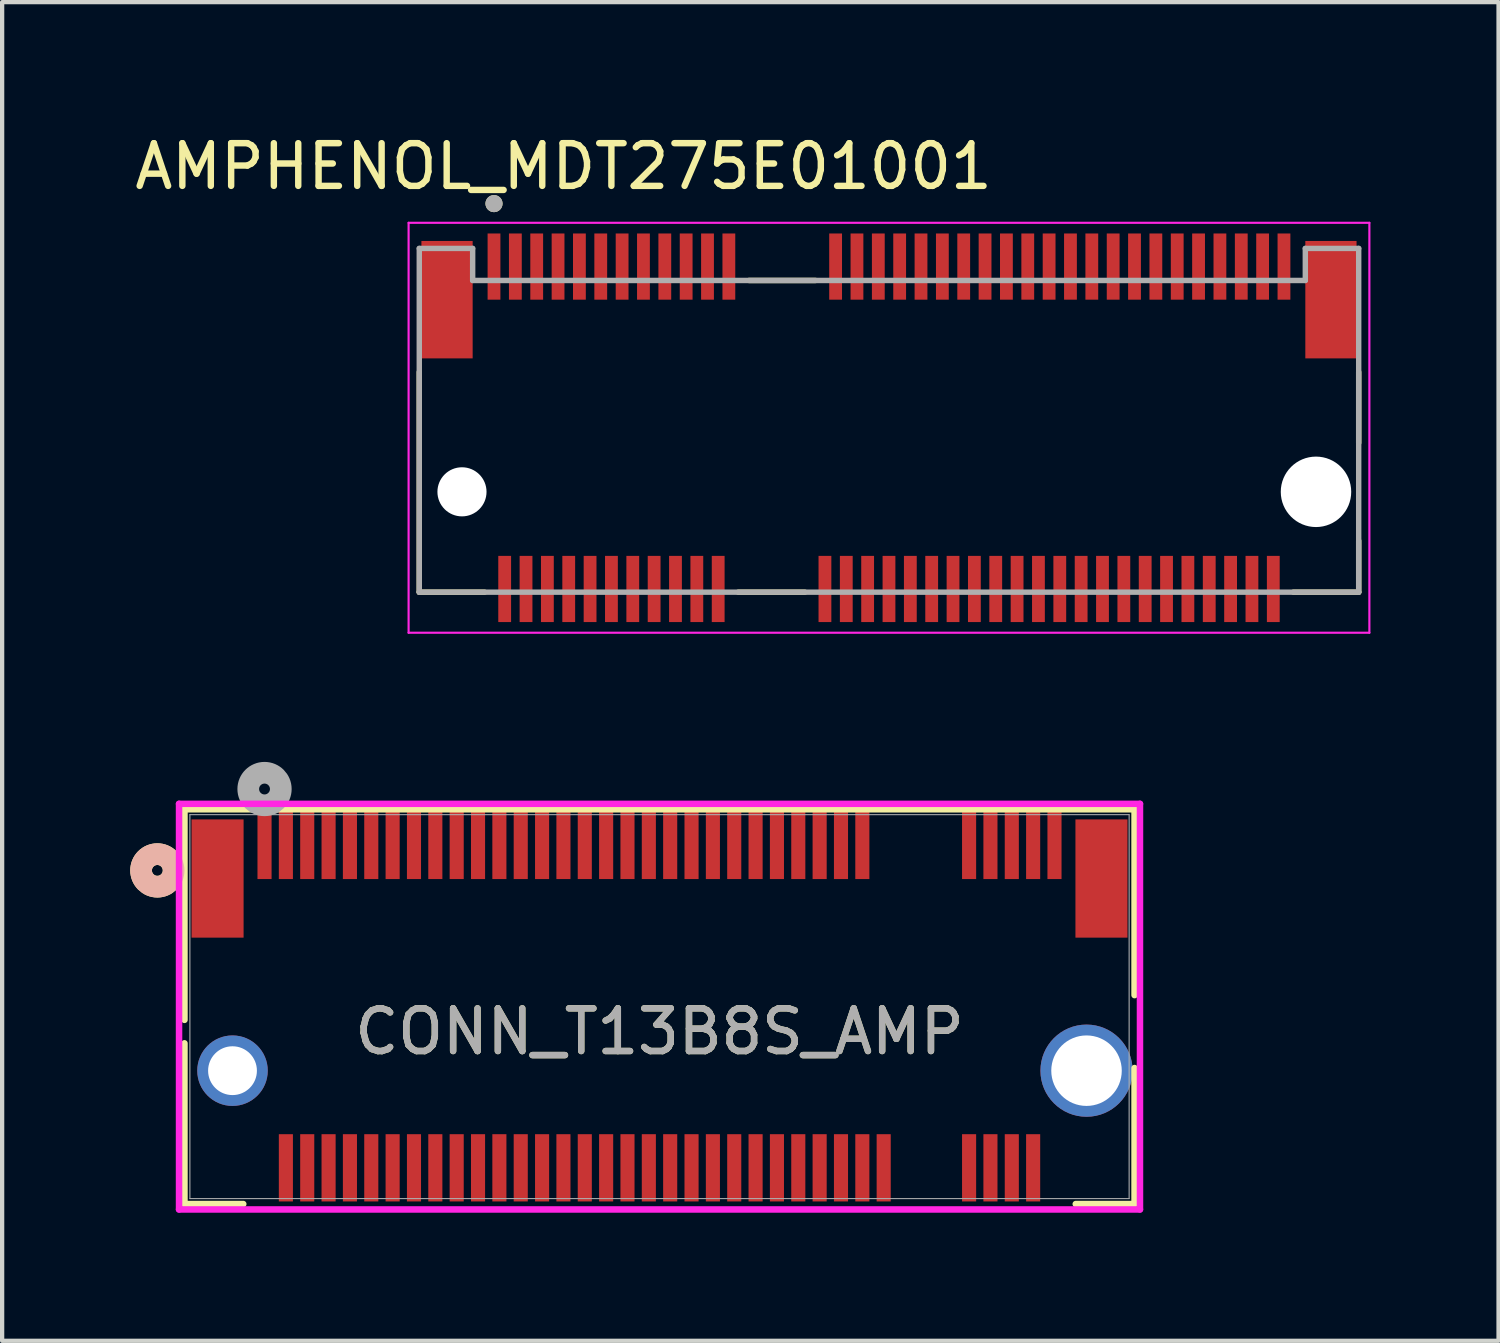
<source format=kicad_pcb>
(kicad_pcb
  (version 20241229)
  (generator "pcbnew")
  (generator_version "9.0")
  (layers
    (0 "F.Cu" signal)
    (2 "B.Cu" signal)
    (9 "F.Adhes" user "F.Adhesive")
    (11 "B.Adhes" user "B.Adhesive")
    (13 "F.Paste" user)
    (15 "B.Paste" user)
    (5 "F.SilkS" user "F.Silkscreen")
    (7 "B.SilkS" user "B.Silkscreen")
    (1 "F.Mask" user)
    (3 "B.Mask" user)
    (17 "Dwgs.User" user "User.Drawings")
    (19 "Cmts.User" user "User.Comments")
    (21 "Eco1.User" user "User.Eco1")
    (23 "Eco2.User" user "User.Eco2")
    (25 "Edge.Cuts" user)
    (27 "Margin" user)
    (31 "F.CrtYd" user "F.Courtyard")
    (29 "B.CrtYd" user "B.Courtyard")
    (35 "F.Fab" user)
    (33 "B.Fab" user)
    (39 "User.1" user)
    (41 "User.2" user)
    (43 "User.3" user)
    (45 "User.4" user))
  (footprint "AMPHENOL_MDT275E01001"
    (layer "F.Cu")
    (at 17.769 8.468)
    (property "Reference" "AMPHENOL_MDT275E01001" (at -7.62 -7.62 0) (layer "F.SilkS") (effects (font (size 1 1) (thickness 0.15))))
    (attr smd)
    (fp_line (start -11 2.35) (end -11 -2.805) (stroke (width 0.127) (type solid)) (layer "F.SilkS"))
    (fp_line (start -9.47 2.35) (end -11 2.35) (stroke (width 0.127) (type solid)) (layer "F.SilkS"))
    (fp_line (start -3.53 2.35) (end -1.97 2.35) (stroke (width 0.127) (type solid)) (layer "F.SilkS"))
    (fp_line (start -3.28 -4.95) (end -1.72 -4.95) (stroke (width 0.127) (type solid)) (layer "F.SilkS"))
    (fp_line (start 11 -2.805) (end 11 -1.145) (stroke (width 0.127) (type solid)) (layer "F.SilkS"))
    (fp_line (start 11 2.35) (end 9.47 2.35) (stroke (width 0.127) (type solid)) (layer "F.SilkS"))
    (fp_line (start 11 2.35) (end 11 1.145) (stroke (width 0.127) (type solid)) (layer "F.SilkS"))
    (fp_circle (center -9.25 -6.75) (end -9.15 -6.75) (stroke (width 0.2) (type solid)) (fill no) (layer "F.SilkS"))
    (fp_line (start -11.25 -6.3) (end -11.25 3.3) (stroke (width 0.05) (type solid)) (layer "F.CrtYd"))
    (fp_line (start -11.25 3.3) (end 11.25 3.3) (stroke (width 0.05) (type solid)) (layer "F.CrtYd"))
    (fp_line (start 11.25 -6.3) (end -11.25 -6.3) (stroke (width 0.05) (type solid)) (layer "F.CrtYd"))
    (fp_line (start 11.25 3.3) (end 11.25 -6.3) (stroke (width 0.05) (type solid)) (layer "F.CrtYd"))
    (fp_line (start -11 -5.7) (end -9.75 -5.7) (stroke (width 0.127) (type solid)) (layer "F.Fab"))
    (fp_line (start -11 2.35) (end -11 -5.7) (stroke (width 0.127) (type solid)) (layer "F.Fab"))
    (fp_line (start -9.75 -5.7) (end -9.75 -4.95) (stroke (width 0.127) (type solid)) (layer "F.Fab"))
    (fp_line (start -9.75 -4.95) (end 9.75 -4.95) (stroke (width 0.127) (type solid)) (layer "F.Fab"))
    (fp_line (start 9.75 -5.7) (end 11 -5.7) (stroke (width 0.127) (type solid)) (layer "F.Fab"))
    (fp_line (start 9.75 -4.95) (end 9.75 -5.7) (stroke (width 0.127) (type solid)) (layer "F.Fab"))
    (fp_line (start 11 -5.7) (end 11 2.35) (stroke (width 0.127) (type solid)) (layer "F.Fab"))
    (fp_line (start 11 2.35) (end -11 2.35) (stroke (width 0.127) (type solid)) (layer "F.Fab"))
    (fp_circle (center -9.25 -6.75) (end -9.15 -6.75) (stroke (width 0.2) (type solid)) (fill no) (layer "F.Fab"))
    (pad "" np_thru_hole circle (at -10 0) (size 1.15 1.15) (drill 1.15) (layers "*.Cu" "*.Mask"))
    (pad "" np_thru_hole circle (at 10 0) (size 1.65 1.65) (drill 1.65) (layers "*.Cu" "*.Mask"))
    (pad "1" smd rect (at -9.25 -5.275) (size 0.3 1.55) (layers "F.Cu" "F.Mask" "F.Paste"))
    (pad "2" smd rect (at -9 2.275) (size 0.3 1.55) (layers "F.Cu" "F.Mask" "F.Paste"))
    (pad "3" smd rect (at -8.75 -5.275) (size 0.3 1.55) (layers "F.Cu" "F.Mask" "F.Paste"))
    (pad "4" smd rect (at -8.5 2.275) (size 0.3 1.55) (layers "F.Cu" "F.Mask" "F.Paste"))
    (pad "5" smd rect (at -8.25 -5.275) (size 0.3 1.55) (layers "F.Cu" "F.Mask" "F.Paste"))
    (pad "6" smd rect (at -8 2.275) (size 0.3 1.55) (layers "F.Cu" "F.Mask" "F.Paste"))
    (pad "7" smd rect (at -7.75 -5.275) (size 0.3 1.55) (layers "F.Cu" "F.Mask" "F.Paste"))
    (pad "8" smd rect (at -7.5 2.275) (size 0.3 1.55) (layers "F.Cu" "F.Mask" "F.Paste"))
    (pad "9" smd rect (at -7.25 -5.275) (size 0.3 1.55) (layers "F.Cu" "F.Mask" "F.Paste"))
    (pad "10" smd rect (at -7 2.275) (size 0.3 1.55) (layers "F.Cu" "F.Mask" "F.Paste"))
    (pad "11" smd rect (at -6.75 -5.275) (size 0.3 1.55) (layers "F.Cu" "F.Mask" "F.Paste"))
    (pad "12" smd rect (at -6.5 2.275) (size 0.3 1.55) (layers "F.Cu" "F.Mask" "F.Paste"))
    (pad "13" smd rect (at -6.25 -5.275) (size 0.3 1.55) (layers "F.Cu" "F.Mask" "F.Paste"))
    (pad "14" smd rect (at -6 2.275) (size 0.3 1.55) (layers "F.Cu" "F.Mask" "F.Paste"))
    (pad "15" smd rect (at -5.75 -5.275) (size 0.3 1.55) (layers "F.Cu" "F.Mask" "F.Paste"))
    (pad "16" smd rect (at -5.5 2.275) (size 0.3 1.55) (layers "F.Cu" "F.Mask" "F.Paste"))
    (pad "17" smd rect (at -5.25 -5.275) (size 0.3 1.55) (layers "F.Cu" "F.Mask" "F.Paste"))
    (pad "18" smd rect (at -5 2.275) (size 0.3 1.55) (layers "F.Cu" "F.Mask" "F.Paste"))
    (pad "19" smd rect (at -4.75 -5.275) (size 0.3 1.55) (layers "F.Cu" "F.Mask" "F.Paste"))
    (pad "20" smd rect (at -4.5 2.275) (size 0.3 1.55) (layers "F.Cu" "F.Mask" "F.Paste"))
    (pad "21" smd rect (at -4.25 -5.275) (size 0.3 1.55) (layers "F.Cu" "F.Mask" "F.Paste"))
    (pad "22" smd rect (at -4 2.275) (size 0.3 1.55) (layers "F.Cu" "F.Mask" "F.Paste"))
    (pad "23" smd rect (at -3.75 -5.275) (size 0.3 1.55) (layers "F.Cu" "F.Mask" "F.Paste"))
    (pad "32" smd rect (at -1.5 2.275) (size 0.3 1.55) (layers "F.Cu" "F.Mask" "F.Paste"))
    (pad "33" smd rect (at -1.25 -5.275) (size 0.3 1.55) (layers "F.Cu" "F.Mask" "F.Paste"))
    (pad "34" smd rect (at -1 2.275) (size 0.3 1.55) (layers "F.Cu" "F.Mask" "F.Paste"))
    (pad "35" smd rect (at -0.75 -5.275) (size 0.3 1.55) (layers "F.Cu" "F.Mask" "F.Paste"))
    (pad "36" smd rect (at -0.5 2.275) (size 0.3 1.55) (layers "F.Cu" "F.Mask" "F.Paste"))
    (pad "37" smd rect (at -0.25 -5.275) (size 0.3 1.55) (layers "F.Cu" "F.Mask" "F.Paste"))
    (pad "38" smd rect (at 0 2.275) (size 0.3 1.55) (layers "F.Cu" "F.Mask" "F.Paste"))
    (pad "39" smd rect (at 0.25 -5.275) (size 0.3 1.55) (layers "F.Cu" "F.Mask" "F.Paste"))
    (pad "40" smd rect (at 0.5 2.275) (size 0.3 1.55) (layers "F.Cu" "F.Mask" "F.Paste"))
    (pad "41" smd rect (at 0.75 -5.275) (size 0.3 1.55) (layers "F.Cu" "F.Mask" "F.Paste"))
    (pad "42" smd rect (at 1 2.275) (size 0.3 1.55) (layers "F.Cu" "F.Mask" "F.Paste"))
    (pad "43" smd rect (at 1.25 -5.275) (size 0.3 1.55) (layers "F.Cu" "F.Mask" "F.Paste"))
    (pad "44" smd rect (at 1.5 2.275) (size 0.3 1.55) (layers "F.Cu" "F.Mask" "F.Paste"))
    (pad "45" smd rect (at 1.75 -5.275) (size 0.3 1.55) (layers "F.Cu" "F.Mask" "F.Paste"))
    (pad "46" smd rect (at 2 2.275) (size 0.3 1.55) (layers "F.Cu" "F.Mask" "F.Paste"))
    (pad "47" smd rect (at 2.25 -5.275) (size 0.3 1.55) (layers "F.Cu" "F.Mask" "F.Paste"))
    (pad "48" smd rect (at 2.5 2.275) (size 0.3 1.55) (layers "F.Cu" "F.Mask" "F.Paste"))
    (pad "49" smd rect (at 2.75 -5.275) (size 0.3 1.55) (layers "F.Cu" "F.Mask" "F.Paste"))
    (pad "50" smd rect (at 3 2.275) (size 0.3 1.55) (layers "F.Cu" "F.Mask" "F.Paste"))
    (pad "51" smd rect (at 3.25 -5.275) (size 0.3 1.55) (layers "F.Cu" "F.Mask" "F.Paste"))
    (pad "52" smd rect (at 3.5 2.275) (size 0.3 1.55) (layers "F.Cu" "F.Mask" "F.Paste"))
    (pad "53" smd rect (at 3.75 -5.275) (size 0.3 1.55) (layers "F.Cu" "F.Mask" "F.Paste"))
    (pad "54" smd rect (at 4 2.275) (size 0.3 1.55) (layers "F.Cu" "F.Mask" "F.Paste"))
    (pad "55" smd rect (at 4.25 -5.275) (size 0.3 1.55) (layers "F.Cu" "F.Mask" "F.Paste"))
    (pad "56" smd rect (at 4.5 2.275) (size 0.3 1.55) (layers "F.Cu" "F.Mask" "F.Paste"))
    (pad "57" smd rect (at 4.75 -5.275) (size 0.3 1.55) (layers "F.Cu" "F.Mask" "F.Paste"))
    (pad "58" smd rect (at 5 2.275) (size 0.3 1.55) (layers "F.Cu" "F.Mask" "F.Paste"))
    (pad "59" smd rect (at 5.25 -5.275) (size 0.3 1.55) (layers "F.Cu" "F.Mask" "F.Paste"))
    (pad "60" smd rect (at 5.5 2.275) (size 0.3 1.55) (layers "F.Cu" "F.Mask" "F.Paste"))
    (pad "61" smd rect (at 5.75 -5.275) (size 0.3 1.55) (layers "F.Cu" "F.Mask" "F.Paste"))
    (pad "62" smd rect (at 6 2.275) (size 0.3 1.55) (layers "F.Cu" "F.Mask" "F.Paste"))
    (pad "63" smd rect (at 6.25 -5.275) (size 0.3 1.55) (layers "F.Cu" "F.Mask" "F.Paste"))
    (pad "64" smd rect (at 6.5 2.275) (size 0.3 1.55) (layers "F.Cu" "F.Mask" "F.Paste"))
    (pad "65" smd rect (at 6.75 -5.275) (size 0.3 1.55) (layers "F.Cu" "F.Mask" "F.Paste"))
    (pad "66" smd rect (at 7 2.275) (size 0.3 1.55) (layers "F.Cu" "F.Mask" "F.Paste"))
    (pad "67" smd rect (at 7.25 -5.275) (size 0.3 1.55) (layers "F.Cu" "F.Mask" "F.Paste"))
    (pad "68" smd rect (at 7.5 2.275) (size 0.3 1.55) (layers "F.Cu" "F.Mask" "F.Paste"))
    (pad "69" smd rect (at 7.75 -5.275) (size 0.3 1.55) (layers "F.Cu" "F.Mask" "F.Paste"))
    (pad "70" smd rect (at 8 2.275) (size 0.3 1.55) (layers "F.Cu" "F.Mask" "F.Paste"))
    (pad "71" smd rect (at 8.25 -5.275) (size 0.3 1.55) (layers "F.Cu" "F.Mask" "F.Paste"))
    (pad "72" smd rect (at 8.5 2.275) (size 0.3 1.55) (layers "F.Cu" "F.Mask" "F.Paste"))
    (pad "73" smd rect (at 8.75 -5.275) (size 0.3 1.55) (layers "F.Cu" "F.Mask" "F.Paste"))
    (pad "74" smd rect (at 9 2.275) (size 0.3 1.55) (layers "F.Cu" "F.Mask" "F.Paste"))
    (pad "75" smd rect (at 9.25 -5.275) (size 0.3 1.55) (layers "F.Cu" "F.Mask" "F.Paste"))
    (pad "SH1" smd rect (at -10.35 -4.5) (size 1.2 2.75) (layers "F.Cu" "F.Mask" "F.Paste"))
    (pad "SH2" smd rect (at 10.35 -4.5) (size 1.2 2.75) (layers "F.Cu" "F.Mask" "F.Paste")))
  (footprint "CONN_T13B8S_AMP"
    (layer "F.Cu")
    (at 3.145 16.749)
    (property "Reference" "CONN_T13B8S_AMP" (at 9.25 4.36 0) (unlocked yes) (layer "F.SilkS") (effects (font (size 1 1) (thickness 0.15))))
    (attr smd)
    (fp_line (start -1.875 -0.847) (end -1.875 4.085) (stroke (width 0.152) (type solid)) (layer "F.SilkS"))
    (fp_line (start -1.875 4.634) (end -1.875 8.398) (stroke (width 0.152) (type solid)) (layer "F.SilkS"))
    (fp_line (start -1.875 8.398) (end -0.498 8.398) (stroke (width 0.152) (type solid)) (layer "F.SilkS"))
    (fp_line (start 18.998 8.398) (end 20.375 8.398) (stroke (width 0.152) (type solid)) (layer "F.SilkS"))
    (fp_line (start 20.375 -0.847) (end -1.875 -0.847) (stroke (width 0.152) (type solid)) (layer "F.SilkS"))
    (fp_line (start 20.375 3.506) (end 20.375 -0.847) (stroke (width 0.152) (type solid)) (layer "F.SilkS"))
    (fp_line (start 20.375 8.398) (end 20.375 5.213) (stroke (width 0.152) (type solid)) (layer "F.SilkS"))
    (fp_circle (center -2.51 0.585) (end -2.129 0.585) (stroke (width 0.508) (type solid)) (fill no) (layer "F.SilkS"))
    (fp_circle (center -2.51 0.585) (end -2.129 0.585) (stroke (width 0.508) (type solid)) (fill no) (layer "B.SilkS"))
    (fp_line (start -2.002 -0.974) (end -2.002 8.525) (stroke (width 0.152) (type solid)) (layer "F.CrtYd"))
    (fp_line (start -2.002 8.525) (end 20.502 8.525) (stroke (width 0.152) (type solid)) (layer "F.CrtYd"))
    (fp_line (start 20.502 -0.974) (end -2.002 -0.974) (stroke (width 0.152) (type solid)) (layer "F.CrtYd"))
    (fp_line (start 20.502 8.525) (end 20.502 -0.974) (stroke (width 0.152) (type solid)) (layer "F.CrtYd"))
    (fp_line (start -1.748 -0.72) (end -1.748 8.271) (stroke (width 0.025) (type solid)) (layer "F.Fab"))
    (fp_line (start -1.748 8.271) (end 20.248 8.271) (stroke (width 0.025) (type solid)) (layer "F.Fab"))
    (fp_line (start 20.248 -0.72) (end -1.748 -0.72) (stroke (width 0.025) (type solid)) (layer "F.Fab"))
    (fp_line (start 20.248 8.271) (end 20.248 -0.72) (stroke (width 0.025) (type solid)) (layer "F.Fab"))
    (fp_circle (center 0 -1.321) (end 0.381 -1.321) (stroke (width 0.508) (type solid)) (fill no) (layer "F.Fab"))
    (fp_text user "${REFERENCE}" (at 9.25 4.36 0) (unlocked yes) (layer "F.Fab") (effects (font (size 1 1) (thickness 0.15))))
    (pad "1" smd rect (at 0 0) (size 0.33 1.575) (layers "F.Cu" "F.Mask" "F.Paste"))
    (pad "2" smd rect (at 0.5 7.55) (size 0.33 1.575) (layers "F.Cu" "F.Mask" "F.Paste"))
    (pad "3" smd rect (at 0.5 0) (size 0.33 1.575) (layers "F.Cu" "F.Mask" "F.Paste"))
    (pad "4" smd rect (at 1 7.55) (size 0.33 1.575) (layers "F.Cu" "F.Mask" "F.Paste"))
    (pad "5" smd rect (at 1 0) (size 0.33 1.575) (layers "F.Cu" "F.Mask" "F.Paste"))
    (pad "6" smd rect (at 1.5 7.55) (size 0.33 1.575) (layers "F.Cu" "F.Mask" "F.Paste"))
    (pad "7" smd rect (at 1.5 0) (size 0.33 1.575) (layers "F.Cu" "F.Mask" "F.Paste"))
    (pad "8" smd rect (at 2 7.55) (size 0.33 1.575) (layers "F.Cu" "F.Mask" "F.Paste"))
    (pad "9" smd rect (at 2 0) (size 0.33 1.575) (layers "F.Cu" "F.Mask" "F.Paste"))
    (pad "10" smd rect (at 2.5 7.55) (size 0.33 1.575) (layers "F.Cu" "F.Mask" "F.Paste"))
    (pad "11" smd rect (at 2.5 0) (size 0.33 1.575) (layers "F.Cu" "F.Mask" "F.Paste"))
    (pad "12" smd rect (at 3 7.55) (size 0.33 1.575) (layers "F.Cu" "F.Mask" "F.Paste"))
    (pad "13" smd rect (at 3 0) (size 0.33 1.575) (layers "F.Cu" "F.Mask" "F.Paste"))
    (pad "14" smd rect (at 3.5 7.55) (size 0.33 1.575) (layers "F.Cu" "F.Mask" "F.Paste"))
    (pad "15" smd rect (at 3.5 0) (size 0.33 1.575) (layers "F.Cu" "F.Mask" "F.Paste"))
    (pad "16" smd rect (at 4 7.55) (size 0.33 1.575) (layers "F.Cu" "F.Mask" "F.Paste"))
    (pad "17" smd rect (at 4 0) (size 0.33 1.575) (layers "F.Cu" "F.Mask" "F.Paste"))
    (pad "18" smd rect (at 4.5 7.55) (size 0.33 1.575) (layers "F.Cu" "F.Mask" "F.Paste"))
    (pad "19" smd rect (at 4.5 0) (size 0.33 1.575) (layers "F.Cu" "F.Mask" "F.Paste"))
    (pad "20" smd rect (at 5 7.55) (size 0.33 1.575) (layers "F.Cu" "F.Mask" "F.Paste"))
    (pad "21" smd rect (at 5 0) (size 0.33 1.575) (layers "F.Cu" "F.Mask" "F.Paste"))
    (pad "22" smd rect (at 5.5 7.55) (size 0.33 1.575) (layers "F.Cu" "F.Mask" "F.Paste"))
    (pad "23" smd rect (at 5.5 0) (size 0.33 1.575) (layers "F.Cu" "F.Mask" "F.Paste"))
    (pad "24" smd rect (at 6 7.55) (size 0.33 1.575) (layers "F.Cu" "F.Mask" "F.Paste"))
    (pad "25" smd rect (at 6 0) (size 0.33 1.575) (layers "F.Cu" "F.Mask" "F.Paste"))
    (pad "26" smd rect (at 6.5 7.55) (size 0.33 1.575) (layers "F.Cu" "F.Mask" "F.Paste"))
    (pad "27" smd rect (at 6.5 0) (size 0.33 1.575) (layers "F.Cu" "F.Mask" "F.Paste"))
    (pad "28" smd rect (at 7 7.55) (size 0.33 1.575) (layers "F.Cu" "F.Mask" "F.Paste"))
    (pad "29" smd rect (at 7 0) (size 0.33 1.575) (layers "F.Cu" "F.Mask" "F.Paste"))
    (pad "30" smd rect (at 7.5 7.55) (size 0.33 1.575) (layers "F.Cu" "F.Mask" "F.Paste"))
    (pad "31" smd rect (at 7.5 0) (size 0.33 1.575) (layers "F.Cu" "F.Mask" "F.Paste"))
    (pad "32" smd rect (at 8 7.55) (size 0.33 1.575) (layers "F.Cu" "F.Mask" "F.Paste"))
    (pad "33" smd rect (at 8 0) (size 0.33 1.575) (layers "F.Cu" "F.Mask" "F.Paste"))
    (pad "34" smd rect (at 8.5 7.55) (size 0.33 1.575) (layers "F.Cu" "F.Mask" "F.Paste"))
    (pad "35" smd rect (at 8.5 0) (size 0.33 1.575) (layers "F.Cu" "F.Mask" "F.Paste"))
    (pad "36" smd rect (at 9 7.55) (size 0.33 1.575) (layers "F.Cu" "F.Mask" "F.Paste"))
    (pad "37" smd rect (at 9 0) (size 0.33 1.575) (layers "F.Cu" "F.Mask" "F.Paste"))
    (pad "38" smd rect (at 9.5 7.55) (size 0.33 1.575) (layers "F.Cu" "F.Mask" "F.Paste"))
    (pad "39" smd rect (at 9.5 0) (size 0.33 1.575) (layers "F.Cu" "F.Mask" "F.Paste"))
    (pad "40" smd rect (at 10 7.55) (size 0.33 1.575) (layers "F.Cu" "F.Mask" "F.Paste"))
    (pad "41" smd rect (at 10 0) (size 0.33 1.575) (layers "F.Cu" "F.Mask" "F.Paste"))
    (pad "42" smd rect (at 10.5 7.55) (size 0.33 1.575) (layers "F.Cu" "F.Mask" "F.Paste"))
    (pad "43" smd rect (at 10.5 0) (size 0.33 1.575) (layers "F.Cu" "F.Mask" "F.Paste"))
    (pad "44" smd rect (at 11 7.55) (size 0.33 1.575) (layers "F.Cu" "F.Mask" "F.Paste"))
    (pad "45" smd rect (at 11 0) (size 0.33 1.575) (layers "F.Cu" "F.Mask" "F.Paste"))
    (pad "46" smd rect (at 11.5 7.55) (size 0.33 1.575) (layers "F.Cu" "F.Mask" "F.Paste"))
    (pad "47" smd rect (at 11.5 0) (size 0.33 1.575) (layers "F.Cu" "F.Mask" "F.Paste"))
    (pad "48" smd rect (at 12 7.55) (size 0.33 1.575) (layers "F.Cu" "F.Mask" "F.Paste"))
    (pad "49" smd rect (at 12 0) (size 0.33 1.575) (layers "F.Cu" "F.Mask" "F.Paste"))
    (pad "50" smd rect (at 12.5 7.55) (size 0.33 1.575) (layers "F.Cu" "F.Mask" "F.Paste"))
    (pad "51" smd rect (at 12.5 0) (size 0.33 1.575) (layers "F.Cu" "F.Mask" "F.Paste"))
    (pad "52" smd rect (at 13 7.55) (size 0.33 1.575) (layers "F.Cu" "F.Mask" "F.Paste"))
    (pad "53" smd rect (at 13 0) (size 0.33 1.575) (layers "F.Cu" "F.Mask" "F.Paste"))
    (pad "54" smd rect (at 13.5 7.55) (size 0.33 1.575) (layers "F.Cu" "F.Mask" "F.Paste"))
    (pad "55" smd rect (at 13.5 0) (size 0.33 1.575) (layers "F.Cu" "F.Mask" "F.Paste"))
    (pad "56" smd rect (at 14 7.55) (size 0.33 1.575) (layers "F.Cu" "F.Mask" "F.Paste"))
    (pad "57" smd rect (at 14 0) (size 0.33 1.575) (layers "F.Cu" "F.Mask" "F.Paste"))
    (pad "58" smd rect (at 14.5 7.55) (size 0.33 1.575) (layers "F.Cu" "F.Mask" "F.Paste"))
    (pad "59" smd rect (at 16.5 0) (size 0.33 1.575) (layers "F.Cu" "F.Mask" "F.Paste"))
    (pad "60" smd rect (at 16.5 7.55) (size 0.33 1.575) (layers "F.Cu" "F.Mask" "F.Paste"))
    (pad "61" smd rect (at 17 0) (size 0.33 1.575) (layers "F.Cu" "F.Mask" "F.Paste"))
    (pad "62" smd rect (at 17 7.55) (size 0.33 1.575) (layers "F.Cu" "F.Mask" "F.Paste"))
    (pad "63" smd rect (at 17.5 0) (size 0.33 1.575) (layers "F.Cu" "F.Mask" "F.Paste"))
    (pad "64" smd rect (at 17.5 7.55) (size 0.33 1.575) (layers "F.Cu" "F.Mask" "F.Paste"))
    (pad "65" smd rect (at 18 0) (size 0.33 1.575) (layers "F.Cu" "F.Mask" "F.Paste"))
    (pad "66" smd rect (at 18 7.55) (size 0.33 1.575) (layers "F.Cu" "F.Mask" "F.Paste"))
    (pad "67" smd rect (at 18.5 0) (size 0.33 1.575) (layers "F.Cu" "F.Mask" "F.Paste"))
    (pad "68" thru_hole circle (at -0.75 5.275) (size 1.651 1.651) (drill 1.143) (layers "*.Cu" "*.Mask"))
    (pad "69" thru_hole circle (at 19.25 5.275) (size 2.159 2.159) (drill 1.651) (layers "*.Cu" "*.Mask"))
    (pad "70" smd rect (at -1.1 0.775) (size 1.219 2.769) (layers "F.Cu" "F.Mask" "F.Paste"))
    (pad "71" smd rect (at 19.6 0.775) (size 1.219 2.769) (layers "F.Cu" "F.Mask" "F.Paste")))
  (gr_rect
    (start -3 -3)
    (end 32.044 28.35)
    (stroke (width 0.1) (type default))
    (fill no)
    (layer "Edge.Cuts")))
</source>
